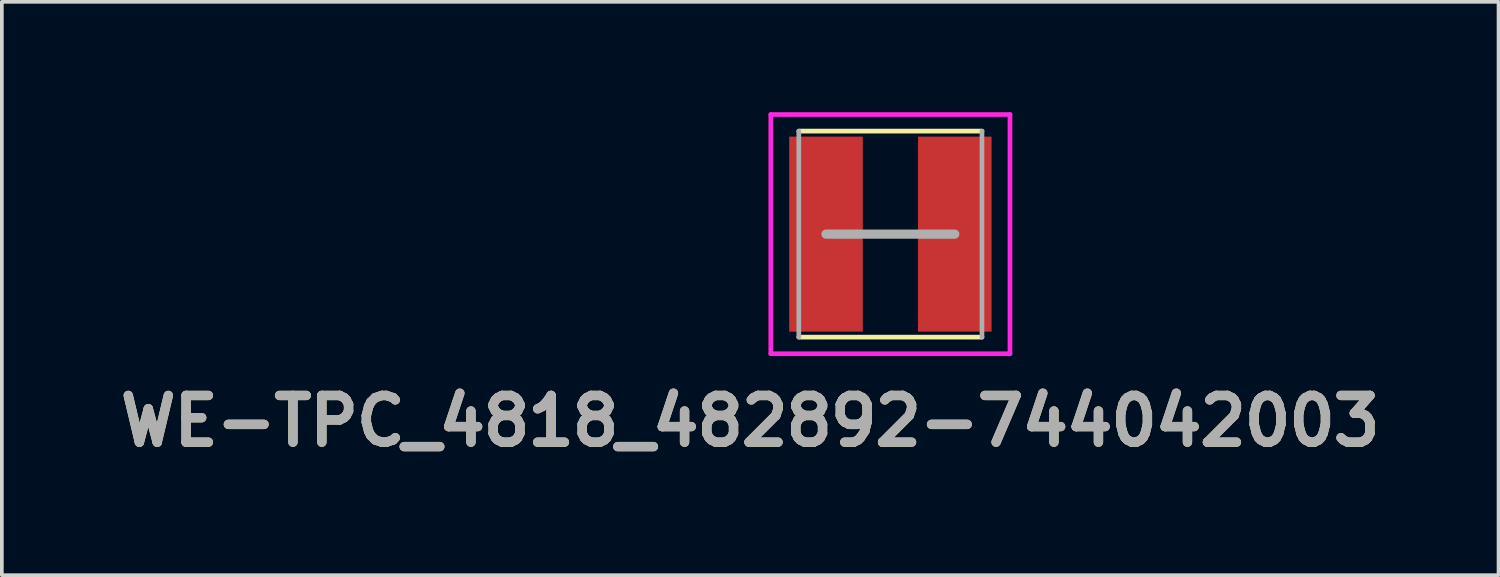
<source format=kicad_pcb>
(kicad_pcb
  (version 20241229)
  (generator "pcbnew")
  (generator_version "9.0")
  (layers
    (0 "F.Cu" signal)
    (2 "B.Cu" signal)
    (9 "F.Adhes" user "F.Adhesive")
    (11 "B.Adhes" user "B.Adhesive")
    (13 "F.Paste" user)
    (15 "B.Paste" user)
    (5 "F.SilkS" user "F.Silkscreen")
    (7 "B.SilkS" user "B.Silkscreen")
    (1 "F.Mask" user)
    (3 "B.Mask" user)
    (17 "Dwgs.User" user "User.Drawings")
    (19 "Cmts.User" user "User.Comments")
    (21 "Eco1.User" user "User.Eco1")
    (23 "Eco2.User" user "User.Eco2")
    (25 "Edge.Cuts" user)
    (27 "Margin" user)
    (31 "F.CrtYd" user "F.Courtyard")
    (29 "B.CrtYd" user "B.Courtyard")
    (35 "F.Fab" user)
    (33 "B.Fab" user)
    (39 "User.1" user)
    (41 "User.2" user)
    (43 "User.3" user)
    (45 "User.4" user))
  (footprint "WE-TPC_4818_482892-744042003"
    (layer "F.Cu")
    (at 21.149 3.313)
    (property "Reference" "WE-TPC_4818_482892-744042003" (at -3.81 5.08 0) (layer "F.SilkS") (effects (font (size 1.27 1.27) (thickness 0.254))))
    (attr smd)
    (fp_line (start -2.489 -2.8) (end 2.489 -2.8) (stroke (width 0.127) (type solid)) (layer "F.SilkS"))
    (fp_line (start 2.489 2.8) (end -2.489 2.8) (stroke (width 0.127) (type solid)) (layer "F.SilkS"))
    (fp_line (start -3.25 -3.25) (end 3.25 -3.25) (stroke (width 0.127) (type solid)) (layer "F.CrtYd"))
    (fp_line (start -3.25 3.25) (end -3.25 -3.25) (stroke (width 0.127) (type solid)) (layer "F.CrtYd"))
    (fp_line (start 3.25 -3.25) (end 3.25 3.25) (stroke (width 0.127) (type solid)) (layer "F.CrtYd"))
    (fp_line (start 3.25 3.25) (end -3.25 3.25) (stroke (width 0.127) (type solid)) (layer "F.CrtYd"))
    (fp_line (start -2.489 2.8) (end -2.489 -2.8) (stroke (width 0.127) (type solid)) (layer "F.Fab"))
    (fp_line (start -1.75 0) (end 1.75 0) (stroke (width 0.25) (type solid)) (layer "F.Fab"))
    (fp_line (start 2.489 -2.8) (end 2.489 2.8) (stroke (width 0.127) (type solid)) (layer "F.Fab"))
    (fp_text user "${REFERENCE}" (at -3.81 5.08 0) (layer "F.Fab") (effects (font (size 1.27 1.27) (thickness 0.254))))
    (pad "1" smd rect (at -1.75 0) (size 2 5.3) (layers "F.Cu" "F.Mask" "F.Paste"))
    (pad "2" smd rect (at 1.75 0) (size 2 5.3) (layers "F.Cu" "F.Mask" "F.Paste")))
  (gr_rect
    (start -3 -3)
    (end 37.677 12.582)
    (stroke (width 0.1) (type default))
    (fill no)
    (layer "Edge.Cuts")))
</source>
